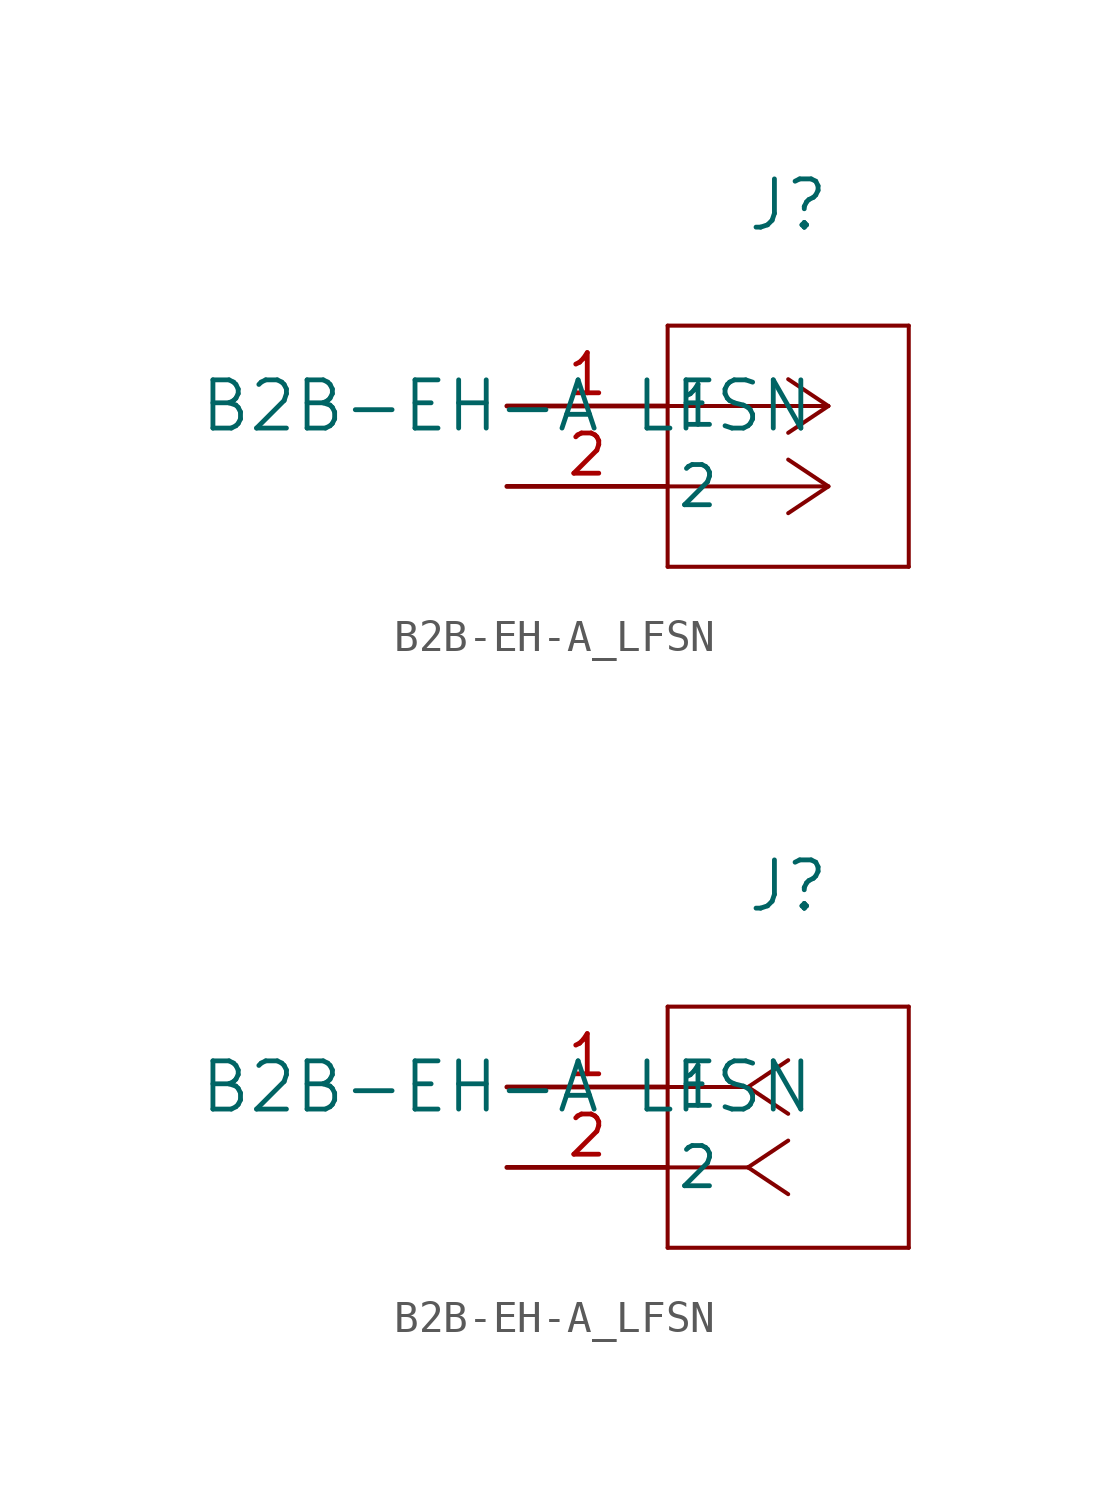
<source format=kicad_sym>
(kicad_symbol_lib
  (version 20211014)
  (generator kicad_symbol_editor)
  (symbol "B2B-EH-A_LFSN"
    (pin_names
      (offset 0.254))
    (property "Reference" "J"
      (at 8.89 6.35 0)
      (effects (font (size 1.524 1.524))))
    (property "Value" "B2B-EH-A LFSN"
      (at 0 0 0)
      (effects (font (size 1.524 1.524))))
    (symbol "B2B-EH-A_LFSN_1_1"
      (polyline (pts (xy 10.16 0) (xy 5.08 0)) (stroke (width 0.127) (type default) (color 0 0 0 0)) (fill (type none)))
      (polyline (pts (xy 10.16 -2.54) (xy 5.08 -2.54)) (stroke (width 0.127) (type default) (color 0 0 0 0)) (fill (type none)))
      (polyline (pts (xy 10.16 0) (xy 8.89 0.847)) (stroke (width 0.127) (type default) (color 0 0 0 0)) (fill (type none)))
      (polyline (pts (xy 10.16 -2.54) (xy 8.89 -1.693)) (stroke (width 0.127) (type default) (color 0 0 0 0)) (fill (type none)))
      (polyline (pts (xy 10.16 0) (xy 8.89 -0.847)) (stroke (width 0.127) (type default) (color 0 0 0 0)) (fill (type none)))
      (polyline (pts (xy 10.16 -2.54) (xy 8.89 -3.387)) (stroke (width 0.127) (type default) (color 0 0 0 0)) (fill (type none)))
      (polyline (pts (xy 5.08 2.54) (xy 5.08 -5.08)) (stroke (width 0.127) (type default) (color 0 0 0 0)) (fill (type none)))
      (polyline (pts (xy 5.08 -5.08) (xy 12.7 -5.08)) (stroke (width 0.127) (type default) (color 0 0 0 0)) (fill (type none)))
      (polyline (pts (xy 12.7 -5.08) (xy 12.7 2.54)) (stroke (width 0.127) (type default) (color 0 0 0 0)) (fill (type none)))
      (polyline (pts (xy 12.7 2.54) (xy 5.08 2.54)) (stroke (width 0.127) (type default) (color 0 0 0 0)) (fill (type none)))
      (pin unspecified line (at 0 0 0) (length 5.08) (name "1" (effects (font (size 1.27 1.27)))) (number "1" (effects (font (size 1.27 1.27)))))
      (pin unspecified line (at 0 -2.54 0) (length 5.08) (name "2" (effects (font (size 1.27 1.27)))) (number "2" (effects (font (size 1.27 1.27))))))
    (symbol "B2B-EH-A_LFSN_1_2"
      (polyline (pts (xy 7.62 0) (xy 5.08 0)) (stroke (width 0.127) (type default) (color 0 0 0 0)) (fill (type none)))
      (polyline (pts (xy 7.62 -2.54) (xy 5.08 -2.54)) (stroke (width 0.127) (type default) (color 0 0 0 0)) (fill (type none)))
      (polyline (pts (xy 7.62 0) (xy 8.89 0.847)) (stroke (width 0.127) (type default) (color 0 0 0 0)) (fill (type none)))
      (polyline (pts (xy 7.62 -2.54) (xy 8.89 -1.693)) (stroke (width 0.127) (type default) (color 0 0 0 0)) (fill (type none)))
      (polyline (pts (xy 7.62 0) (xy 8.89 -0.847)) (stroke (width 0.127) (type default) (color 0 0 0 0)) (fill (type none)))
      (polyline (pts (xy 7.62 -2.54) (xy 8.89 -3.387)) (stroke (width 0.127) (type default) (color 0 0 0 0)) (fill (type none)))
      (polyline (pts (xy 5.08 2.54) (xy 5.08 -5.08)) (stroke (width 0.127) (type default) (color 0 0 0 0)) (fill (type none)))
      (polyline (pts (xy 5.08 -5.08) (xy 12.7 -5.08)) (stroke (width 0.127) (type default) (color 0 0 0 0)) (fill (type none)))
      (polyline (pts (xy 12.7 -5.08) (xy 12.7 2.54)) (stroke (width 0.127) (type default) (color 0 0 0 0)) (fill (type none)))
      (polyline (pts (xy 12.7 2.54) (xy 5.08 2.54)) (stroke (width 0.127) (type default) (color 0 0 0 0)) (fill (type none)))
      (pin unspecified line (at 0 0 0) (length 5.08) (name "1" (effects (font (size 1.27 1.27)))) (number "1" (effects (font (size 1.27 1.27)))))
      (pin unspecified line (at 0 -2.54 0) (length 5.08) (name "2" (effects (font (size 1.27 1.27)))) (number "2" (effects (font (size 1.27 1.27))))))))
</source>
